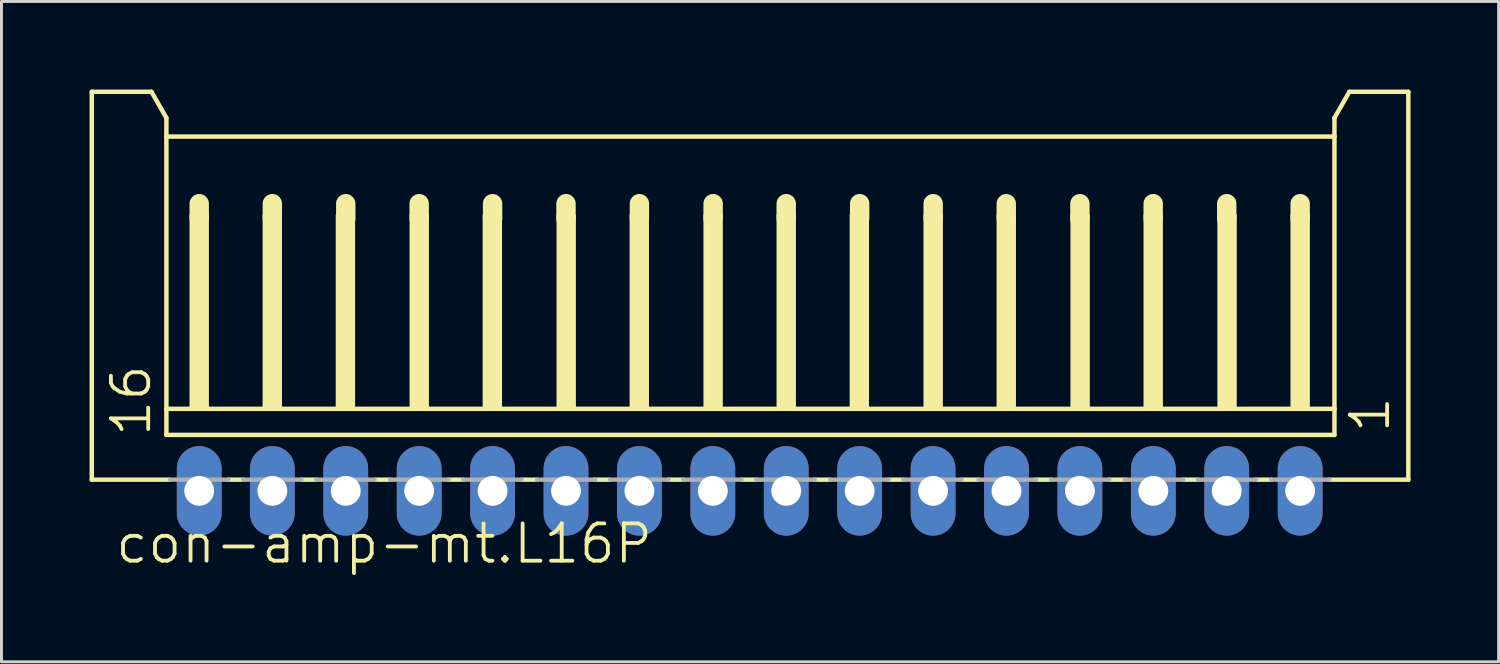
<source format=kicad_pcb>
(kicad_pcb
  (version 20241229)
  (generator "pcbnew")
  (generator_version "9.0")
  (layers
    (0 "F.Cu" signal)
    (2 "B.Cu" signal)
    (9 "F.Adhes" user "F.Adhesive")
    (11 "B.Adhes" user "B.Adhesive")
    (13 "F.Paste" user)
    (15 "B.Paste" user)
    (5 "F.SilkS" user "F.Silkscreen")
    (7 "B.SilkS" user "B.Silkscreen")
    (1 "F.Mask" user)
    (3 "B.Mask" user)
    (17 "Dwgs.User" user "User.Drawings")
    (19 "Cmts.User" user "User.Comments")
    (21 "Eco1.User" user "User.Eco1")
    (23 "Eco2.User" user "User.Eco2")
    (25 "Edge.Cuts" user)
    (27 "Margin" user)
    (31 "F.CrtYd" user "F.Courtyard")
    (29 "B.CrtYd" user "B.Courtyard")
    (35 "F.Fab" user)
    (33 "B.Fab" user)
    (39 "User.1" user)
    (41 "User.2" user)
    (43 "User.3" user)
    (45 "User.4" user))
  (footprint "con-amp-mt.L16P"
    (layer "F.Cu")
    (at 22.474 7.415)
    (property "Reference" "con-amp-mt.L16P" (at -21.661 8.79 0) (layer "F.SilkS") (effects (font (size 1.27 1.27) (thickness 0.13)) (justify left bottom)))
    (attr through_hole)
    (fp_line (start -22.398 -7.339) (end -20.366 -7.339) (stroke (width 0.152) (type default)) (layer "F.SilkS"))
    (fp_line (start -22.398 5.869) (end -22.398 -7.339) (stroke (width 0.152) (type default)) (layer "F.SilkS"))
    (fp_line (start -20.366 -7.339) (end -19.858 -6.45) (stroke (width 0.152) (type default)) (layer "F.SilkS"))
    (fp_line (start -19.858 -6.45) (end -19.858 -5.815) (stroke (width 0.152) (type default)) (layer "F.SilkS"))
    (fp_line (start -19.858 -5.815) (end -19.858 3.456) (stroke (width 0.152) (type default)) (layer "F.SilkS"))
    (fp_line (start -19.858 3.456) (end -19.858 4.345) (stroke (width 0.152) (type default)) (layer "F.SilkS"))
    (fp_line (start -19.756 5.869) (end -22.398 5.869) (stroke (width 0.152) (type default)) (layer "F.SilkS"))
    (fp_line (start -18.74 -3.529) (end -18.74 -3.021) (stroke (width 0.66) (type default)) (layer "F.SilkS"))
    (fp_line (start -17.242 5.869) (end -17.75 5.869) (stroke (width 0.152) (type default)) (layer "F.SilkS"))
    (fp_line (start -16.25 -3.529) (end -16.25 -3.021) (stroke (width 0.66) (type default)) (layer "F.SilkS"))
    (fp_line (start -14.753 5.869) (end -15.261 5.869) (stroke (width 0.152) (type default)) (layer "F.SilkS"))
    (fp_line (start -13.75 -3.529) (end -13.75 -3.021) (stroke (width 0.66) (type default)) (layer "F.SilkS"))
    (fp_line (start -12.238 5.869) (end -12.746 5.869) (stroke (width 0.152) (type default)) (layer "F.SilkS"))
    (fp_line (start -11.25 -3.529) (end -11.25 -3.021) (stroke (width 0.66) (type default)) (layer "F.SilkS"))
    (fp_line (start -9.749 5.869) (end -10.257 5.869) (stroke (width 0.152) (type default)) (layer "F.SilkS"))
    (fp_line (start -8.75 -3.529) (end -8.75 -3.021) (stroke (width 0.66) (type default)) (layer "F.SilkS"))
    (fp_line (start -7.26 5.869) (end -7.768 5.869) (stroke (width 0.152) (type default)) (layer "F.SilkS"))
    (fp_line (start -6.25 -3.529) (end -6.25 -3.021) (stroke (width 0.66) (type default)) (layer "F.SilkS"))
    (fp_line (start -4.77 5.869) (end -5.278 5.869) (stroke (width 0.152) (type default)) (layer "F.SilkS"))
    (fp_line (start -3.75 -3.529) (end -3.75 -3.021) (stroke (width 0.66) (type default)) (layer "F.SilkS"))
    (fp_line (start -2.256 5.869) (end -2.764 5.869) (stroke (width 0.152) (type default)) (layer "F.SilkS"))
    (fp_line (start -1.24 -3.529) (end -1.24 -3.021) (stroke (width 0.66) (type default)) (layer "F.SilkS"))
    (fp_line (start 0.233 5.869) (end -0.275 5.869) (stroke (width 0.152) (type default)) (layer "F.SilkS"))
    (fp_line (start 1.249 -3.529) (end 1.249 -3.021) (stroke (width 0.66) (type default)) (layer "F.SilkS"))
    (fp_line (start 2.748 5.869) (end 2.215 5.869) (stroke (width 0.152) (type default)) (layer "F.SilkS"))
    (fp_line (start 3.75 -3.529) (end 3.75 -3.021) (stroke (width 0.66) (type default)) (layer "F.SilkS"))
    (fp_line (start 5.237 5.869) (end 4.729 5.869) (stroke (width 0.152) (type default)) (layer "F.SilkS"))
    (fp_line (start 6.253 -3.529) (end 6.253 -3.021) (stroke (width 0.66) (type default)) (layer "F.SilkS"))
    (fp_line (start 7.803 5.869) (end 7.218 5.869) (stroke (width 0.152) (type default)) (layer "F.SilkS"))
    (fp_line (start 8.742 -3.529) (end 8.742 -3.021) (stroke (width 0.66) (type default)) (layer "F.SilkS"))
    (fp_line (start 10.266 5.869) (end 9.758 5.869) (stroke (width 0.152) (type default)) (layer "F.SilkS"))
    (fp_line (start 11.25 -3.529) (end 11.25 -3.021) (stroke (width 0.66) (type default)) (layer "F.SilkS"))
    (fp_line (start 12.781 5.869) (end 12.248 5.869) (stroke (width 0.152) (type default)) (layer "F.SilkS"))
    (fp_line (start 13.746 -3.529) (end 13.746 -3.021) (stroke (width 0.66) (type default)) (layer "F.SilkS"))
    (fp_line (start 15.27 5.869) (end 14.762 5.869) (stroke (width 0.152) (type default)) (layer "F.SilkS"))
    (fp_line (start 16.25 -3.529) (end 16.25 -3.021) (stroke (width 0.66) (type default)) (layer "F.SilkS"))
    (fp_line (start 17.759 5.869) (end 17.251 5.869) (stroke (width 0.152) (type default)) (layer "F.SilkS"))
    (fp_line (start 18.75 -3.529) (end 18.75 -3.021) (stroke (width 0.66) (type default)) (layer "F.SilkS"))
    (fp_line (start 19.918 -6.45) (end 19.918 -5.815) (stroke (width 0.152) (type default)) (layer "F.SilkS"))
    (fp_line (start 19.918 -6.45) (end 20.426 -7.339) (stroke (width 0.152) (type default)) (layer "F.SilkS"))
    (fp_line (start 19.918 -5.815) (end -19.858 -5.815) (stroke (width 0.152) (type default)) (layer "F.SilkS"))
    (fp_line (start 19.918 -5.815) (end 19.918 3.456) (stroke (width 0.152) (type default)) (layer "F.SilkS"))
    (fp_line (start 19.918 3.456) (end -19.858 3.456) (stroke (width 0.152) (type default)) (layer "F.SilkS"))
    (fp_line (start 19.918 3.456) (end 19.918 4.345) (stroke (width 0.152) (type default)) (layer "F.SilkS"))
    (fp_line (start 19.918 4.345) (end -19.858 4.345) (stroke (width 0.152) (type default)) (layer "F.SilkS"))
    (fp_line (start 22.433 -7.339) (end 20.426 -7.339) (stroke (width 0.152) (type default)) (layer "F.SilkS"))
    (fp_line (start 22.433 5.869) (end 19.741 5.869) (stroke (width 0.152) (type default)) (layer "F.SilkS"))
    (fp_line (start 22.433 5.869) (end 22.433 -7.339) (stroke (width 0.152) (type default)) (layer "F.SilkS"))
    (fp_rect (start -19.045 3.456) (end -18.436 -3.148) (stroke (width 0.05) (type default)) (fill yes) (layer "F.SilkS"))
    (fp_rect (start -16.556 3.456) (end -15.946 -3.148) (stroke (width 0.05) (type default)) (fill yes) (layer "F.SilkS"))
    (fp_rect (start -14.067 3.456) (end -13.457 -3.148) (stroke (width 0.05) (type default)) (fill yes) (layer "F.SilkS"))
    (fp_rect (start -11.552 3.456) (end -10.943 -3.148) (stroke (width 0.05) (type default)) (fill yes) (layer "F.SilkS"))
    (fp_rect (start -9.063 3.456) (end -8.453 -3.148) (stroke (width 0.05) (type default)) (fill yes) (layer "F.SilkS"))
    (fp_rect (start -6.548 3.456) (end -5.939 -3.148) (stroke (width 0.05) (type default)) (fill yes) (layer "F.SilkS"))
    (fp_rect (start -4.059 3.456) (end -3.45 -3.148) (stroke (width 0.05) (type default)) (fill yes) (layer "F.SilkS"))
    (fp_rect (start -1.545 3.456) (end -0.935 -3.148) (stroke (width 0.05) (type default)) (fill yes) (layer "F.SilkS"))
    (fp_rect (start 0.945 3.456) (end 1.554 -3.148) (stroke (width 0.05) (type default)) (fill yes) (layer "F.SilkS"))
    (fp_rect (start 3.434 3.456) (end 4.043 -3.148) (stroke (width 0.05) (type default)) (fill yes) (layer "F.SilkS"))
    (fp_rect (start 5.948 3.456) (end 6.558 -3.148) (stroke (width 0.05) (type default)) (fill yes) (layer "F.SilkS"))
    (fp_rect (start 8.438 3.456) (end 9.047 -3.148) (stroke (width 0.05) (type default)) (fill yes) (layer "F.SilkS"))
    (fp_rect (start 10.952 3.456) (end 11.562 -3.148) (stroke (width 0.05) (type default)) (fill yes) (layer "F.SilkS"))
    (fp_rect (start 13.441 3.456) (end 14.051 -3.148) (stroke (width 0.05) (type default)) (fill yes) (layer "F.SilkS"))
    (fp_rect (start 15.956 3.456) (end 16.566 -3.148) (stroke (width 0.05) (type default)) (fill yes) (layer "F.SilkS"))
    (fp_rect (start 18.445 3.456) (end 19.055 -3.148) (stroke (width 0.05) (type default)) (fill yes) (layer "F.SilkS"))
    (fp_line (start -19.731 5.869) (end -17.75 5.869) (stroke (width 0.152) (type default)) (layer "F.Fab"))
    (fp_line (start -17.242 5.869) (end -15.261 5.869) (stroke (width 0.152) (type default)) (layer "F.Fab"))
    (fp_line (start -14.753 5.869) (end -12.771 5.869) (stroke (width 0.152) (type default)) (layer "F.Fab"))
    (fp_line (start -12.238 5.869) (end -10.257 5.869) (stroke (width 0.152) (type default)) (layer "F.Fab"))
    (fp_line (start -9.749 5.869) (end -7.768 5.869) (stroke (width 0.152) (type default)) (layer "F.Fab"))
    (fp_line (start -7.234 5.869) (end -5.253 5.869) (stroke (width 0.152) (type default)) (layer "F.Fab"))
    (fp_line (start -4.745 5.869) (end -2.764 5.869) (stroke (width 0.152) (type default)) (layer "F.Fab"))
    (fp_line (start -2.256 5.869) (end -0.275 5.869) (stroke (width 0.152) (type default)) (layer "F.Fab"))
    (fp_line (start 0.233 5.869) (end 2.215 5.869) (stroke (width 0.152) (type default)) (layer "F.Fab"))
    (fp_line (start 2.748 5.869) (end 4.729 5.869) (stroke (width 0.152) (type default)) (layer "F.Fab"))
    (fp_line (start 5.237 5.869) (end 7.218 5.869) (stroke (width 0.152) (type default)) (layer "F.Fab"))
    (fp_line (start 7.803 5.869) (end 9.758 5.869) (stroke (width 0.152) (type default)) (layer "F.Fab"))
    (fp_line (start 10.266 5.869) (end 12.248 5.869) (stroke (width 0.152) (type default)) (layer "F.Fab"))
    (fp_line (start 12.781 5.869) (end 14.762 5.869) (stroke (width 0.152) (type default)) (layer "F.Fab"))
    (fp_line (start 15.27 5.869) (end 17.251 5.869) (stroke (width 0.152) (type default)) (layer "F.Fab"))
    (fp_line (start 17.759 5.869) (end 19.741 5.869) (stroke (width 0.152) (type default)) (layer "F.Fab"))
    (fp_rect (start -19.045 6.504) (end -18.436 5.869) (stroke (width 0.05) (type default)) (fill no) (layer "F.Fab"))
    (fp_rect (start -16.556 6.504) (end -15.946 5.869) (stroke (width 0.05) (type default)) (fill no) (layer "F.Fab"))
    (fp_rect (start -14.067 6.504) (end -13.457 5.869) (stroke (width 0.05) (type default)) (fill no) (layer "F.Fab"))
    (fp_rect (start -11.552 6.504) (end -10.943 5.869) (stroke (width 0.05) (type default)) (fill no) (layer "F.Fab"))
    (fp_rect (start -9.063 6.504) (end -8.453 5.869) (stroke (width 0.05) (type default)) (fill no) (layer "F.Fab"))
    (fp_rect (start -6.548 6.504) (end -5.939 5.869) (stroke (width 0.05) (type default)) (fill no) (layer "F.Fab"))
    (fp_rect (start -4.059 6.504) (end -3.45 5.869) (stroke (width 0.05) (type default)) (fill no) (layer "F.Fab"))
    (fp_rect (start -1.545 6.504) (end -0.935 5.869) (stroke (width 0.05) (type default)) (fill no) (layer "F.Fab"))
    (fp_rect (start 0.945 6.504) (end 1.554 5.869) (stroke (width 0.05) (type default)) (fill no) (layer "F.Fab"))
    (fp_rect (start 3.434 6.504) (end 4.043 5.869) (stroke (width 0.05) (type default)) (fill no) (layer "F.Fab"))
    (fp_rect (start 5.948 6.504) (end 6.558 5.869) (stroke (width 0.05) (type default)) (fill no) (layer "F.Fab"))
    (fp_rect (start 8.438 6.504) (end 9.047 5.869) (stroke (width 0.05) (type default)) (fill no) (layer "F.Fab"))
    (fp_rect (start 10.952 6.504) (end 11.562 5.869) (stroke (width 0.05) (type default)) (fill no) (layer "F.Fab"))
    (fp_rect (start 13.441 6.504) (end 14.051 5.869) (stroke (width 0.05) (type default)) (fill no) (layer "F.Fab"))
    (fp_rect (start 15.956 6.504) (end 16.566 5.869) (stroke (width 0.05) (type default)) (fill no) (layer "F.Fab"))
    (fp_rect (start 18.445 6.504) (end 19.055 5.869) (stroke (width 0.05) (type default)) (fill no) (layer "F.Fab"))
    (fp_text user "16" (at -20.315 4.472 90) (layer "F.SilkS") (effects (font (size 1.27 1.27) (thickness 0.13)) (justify left bottom)))
    (fp_text user "1" (at 21.874 4.345 90) (layer "F.SilkS") (effects (font (size 1.27 1.27) (thickness 0.13)) (justify left bottom)))
    (pad "1" thru_hole oval (at 18.75 6.25 90) (size 3.048 1.524) (drill 1.016) (layers "*.Cu" "*.Mask"))
    (pad "2" thru_hole oval (at 16.25 6.25 90) (size 3.048 1.524) (drill 1.016) (layers "*.Cu" "*.Mask"))
    (pad "3" thru_hole oval (at 13.75 6.25 90) (size 3.048 1.524) (drill 1.016) (layers "*.Cu" "*.Mask"))
    (pad "4" thru_hole oval (at 11.25 6.25 90) (size 3.048 1.524) (drill 1.016) (layers "*.Cu" "*.Mask"))
    (pad "5" thru_hole oval (at 8.75 6.25 90) (size 3.048 1.524) (drill 1.016) (layers "*.Cu" "*.Mask"))
    (pad "6" thru_hole oval (at 6.25 6.25 90) (size 3.048 1.524) (drill 1.016) (layers "*.Cu" "*.Mask"))
    (pad "7" thru_hole oval (at 3.75 6.25 90) (size 3.048 1.524) (drill 1.016) (layers "*.Cu" "*.Mask"))
    (pad "8" thru_hole oval (at 1.25 6.25 90) (size 3.048 1.524) (drill 1.016) (layers "*.Cu" "*.Mask"))
    (pad "9" thru_hole oval (at -1.25 6.25 90) (size 3.048 1.524) (drill 1.016) (layers "*.Cu" "*.Mask"))
    (pad "10" thru_hole oval (at -3.75 6.25 90) (size 3.048 1.524) (drill 1.016) (layers "*.Cu" "*.Mask"))
    (pad "11" thru_hole oval (at -6.25 6.25 90) (size 3.048 1.524) (drill 1.016) (layers "*.Cu" "*.Mask"))
    (pad "12" thru_hole oval (at -8.75 6.25 90) (size 3.048 1.524) (drill 1.016) (layers "*.Cu" "*.Mask"))
    (pad "13" thru_hole oval (at -11.25 6.25 90) (size 3.048 1.524) (drill 1.016) (layers "*.Cu" "*.Mask"))
    (pad "14" thru_hole oval (at -13.75 6.25 90) (size 3.048 1.524) (drill 1.016) (layers "*.Cu" "*.Mask"))
    (pad "15" thru_hole oval (at -16.25 6.25 90) (size 3.048 1.524) (drill 1.016) (layers "*.Cu" "*.Mask"))
    (pad "16" thru_hole oval (at -18.74 6.25 90) (size 3.048 1.524) (drill 1.016) (layers "*.Cu" "*.Mask")))
  (gr_rect
    (start -3 -3)
    (end 47.983 19.487)
    (stroke (width 0.1) (type default))
    (fill no)
    (layer "Edge.Cuts")))
</source>
